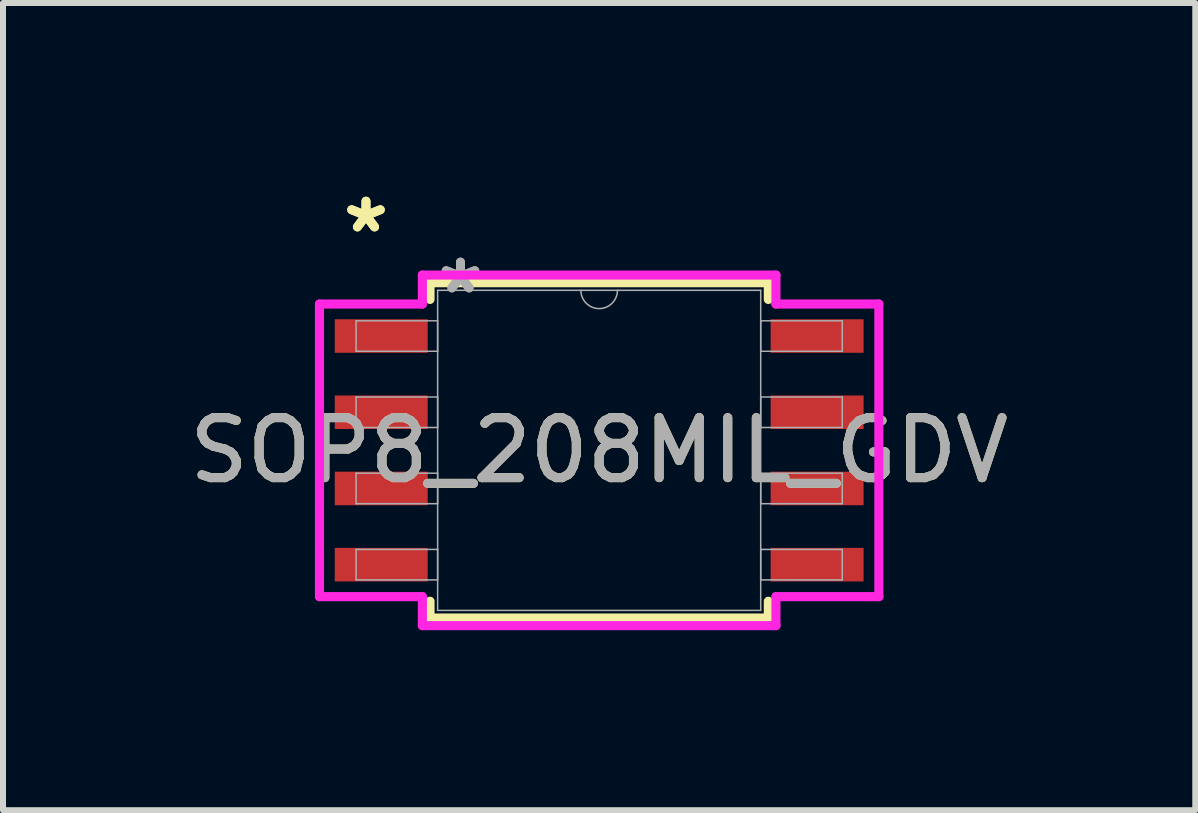
<source format=kicad_pcb>
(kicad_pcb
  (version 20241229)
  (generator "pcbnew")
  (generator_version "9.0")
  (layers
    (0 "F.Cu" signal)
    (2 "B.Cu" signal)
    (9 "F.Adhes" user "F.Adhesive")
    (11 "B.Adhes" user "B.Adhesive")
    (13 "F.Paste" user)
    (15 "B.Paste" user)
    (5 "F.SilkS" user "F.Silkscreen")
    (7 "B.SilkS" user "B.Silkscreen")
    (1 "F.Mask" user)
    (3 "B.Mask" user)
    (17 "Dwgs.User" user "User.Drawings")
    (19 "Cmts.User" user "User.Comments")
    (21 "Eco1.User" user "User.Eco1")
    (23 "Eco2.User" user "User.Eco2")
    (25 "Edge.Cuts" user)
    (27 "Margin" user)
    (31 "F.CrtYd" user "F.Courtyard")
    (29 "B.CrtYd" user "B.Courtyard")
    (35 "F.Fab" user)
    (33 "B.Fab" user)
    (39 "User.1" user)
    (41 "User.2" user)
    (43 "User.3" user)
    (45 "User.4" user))
  (footprint "SOP8_208MIL_GDV"
    (layer "F.Cu")
    (at 6.935 4.455)
    (property "Reference" "SOP8_208MIL_GDV" (at 0 0 0) (unlocked yes) (layer "F.SilkS") (effects (font (size 1 1) (thickness 0.15))))
    (attr smd)
    (fp_line (start -2.819 -2.794) (end -2.819 -2.515) (stroke (width 0.152) (type solid)) (layer "F.SilkS"))
    (fp_line (start -2.819 2.515) (end -2.819 2.794) (stroke (width 0.152) (type solid)) (layer "F.SilkS"))
    (fp_line (start -2.819 2.794) (end 2.819 2.794) (stroke (width 0.152) (type solid)) (layer "F.SilkS"))
    (fp_line (start 2.819 -2.794) (end -2.819 -2.794) (stroke (width 0.152) (type solid)) (layer "F.SilkS"))
    (fp_line (start 2.819 -2.515) (end 2.819 -2.794) (stroke (width 0.152) (type solid)) (layer "F.SilkS"))
    (fp_line (start 2.819 2.794) (end 2.819 2.515) (stroke (width 0.152) (type solid)) (layer "F.SilkS"))
    (fp_line (start -4.661 -2.438) (end -2.946 -2.438) (stroke (width 0.152) (type solid)) (layer "F.CrtYd"))
    (fp_line (start -4.661 2.438) (end -4.661 -2.438) (stroke (width 0.152) (type solid)) (layer "F.CrtYd"))
    (fp_line (start -4.661 2.438) (end -2.946 2.438) (stroke (width 0.152) (type solid)) (layer "F.CrtYd"))
    (fp_line (start -2.946 -2.921) (end 2.946 -2.921) (stroke (width 0.152) (type solid)) (layer "F.CrtYd"))
    (fp_line (start -2.946 -2.438) (end -2.946 -2.921) (stroke (width 0.152) (type solid)) (layer "F.CrtYd"))
    (fp_line (start -2.946 2.921) (end -2.946 2.438) (stroke (width 0.152) (type solid)) (layer "F.CrtYd"))
    (fp_line (start 2.946 -2.921) (end 2.946 -2.438) (stroke (width 0.152) (type solid)) (layer "F.CrtYd"))
    (fp_line (start 2.946 2.438) (end 2.946 2.921) (stroke (width 0.152) (type solid)) (layer "F.CrtYd"))
    (fp_line (start 2.946 2.921) (end -2.946 2.921) (stroke (width 0.152) (type solid)) (layer "F.CrtYd"))
    (fp_line (start 4.661 -2.438) (end 2.946 -2.438) (stroke (width 0.152) (type solid)) (layer "F.CrtYd"))
    (fp_line (start 4.661 -2.438) (end 4.661 2.438) (stroke (width 0.152) (type solid)) (layer "F.CrtYd"))
    (fp_line (start 4.661 2.438) (end 2.946 2.438) (stroke (width 0.152) (type solid)) (layer "F.CrtYd"))
    (fp_line (start -4.051 -2.159) (end -4.051 -1.651) (stroke (width 0.025) (type solid)) (layer "F.Fab"))
    (fp_line (start -4.051 -1.651) (end -2.692 -1.651) (stroke (width 0.025) (type solid)) (layer "F.Fab"))
    (fp_line (start -4.051 -0.889) (end -4.051 -0.381) (stroke (width 0.025) (type solid)) (layer "F.Fab"))
    (fp_line (start -4.051 -0.381) (end -2.692 -0.381) (stroke (width 0.025) (type solid)) (layer "F.Fab"))
    (fp_line (start -4.051 0.381) (end -4.051 0.889) (stroke (width 0.025) (type solid)) (layer "F.Fab"))
    (fp_line (start -4.051 0.889) (end -2.692 0.889) (stroke (width 0.025) (type solid)) (layer "F.Fab"))
    (fp_line (start -4.051 1.651) (end -4.051 2.159) (stroke (width 0.025) (type solid)) (layer "F.Fab"))
    (fp_line (start -4.051 2.159) (end -2.692 2.159) (stroke (width 0.025) (type solid)) (layer "F.Fab"))
    (fp_line (start -2.692 -2.667) (end -2.692 2.667) (stroke (width 0.025) (type solid)) (layer "F.Fab"))
    (fp_line (start -2.692 -2.159) (end -4.051 -2.159) (stroke (width 0.025) (type solid)) (layer "F.Fab"))
    (fp_line (start -2.692 -1.651) (end -2.692 -2.159) (stroke (width 0.025) (type solid)) (layer "F.Fab"))
    (fp_line (start -2.692 -0.889) (end -4.051 -0.889) (stroke (width 0.025) (type solid)) (layer "F.Fab"))
    (fp_line (start -2.692 -0.381) (end -2.692 -0.889) (stroke (width 0.025) (type solid)) (layer "F.Fab"))
    (fp_line (start -2.692 0.381) (end -4.051 0.381) (stroke (width 0.025) (type solid)) (layer "F.Fab"))
    (fp_line (start -2.692 0.889) (end -2.692 0.381) (stroke (width 0.025) (type solid)) (layer "F.Fab"))
    (fp_line (start -2.692 1.651) (end -4.051 1.651) (stroke (width 0.025) (type solid)) (layer "F.Fab"))
    (fp_line (start -2.692 2.159) (end -2.692 1.651) (stroke (width 0.025) (type solid)) (layer "F.Fab"))
    (fp_line (start -2.692 2.667) (end 2.692 2.667) (stroke (width 0.025) (type solid)) (layer "F.Fab"))
    (fp_line (start 2.692 -2.667) (end -2.692 -2.667) (stroke (width 0.025) (type solid)) (layer "F.Fab"))
    (fp_line (start 2.692 -2.159) (end 2.692 -1.651) (stroke (width 0.025) (type solid)) (layer "F.Fab"))
    (fp_line (start 2.692 -1.651) (end 4.051 -1.651) (stroke (width 0.025) (type solid)) (layer "F.Fab"))
    (fp_line (start 2.692 -0.889) (end 2.692 -0.381) (stroke (width 0.025) (type solid)) (layer "F.Fab"))
    (fp_line (start 2.692 -0.381) (end 4.051 -0.381) (stroke (width 0.025) (type solid)) (layer "F.Fab"))
    (fp_line (start 2.692 0.381) (end 2.692 0.889) (stroke (width 0.025) (type solid)) (layer "F.Fab"))
    (fp_line (start 2.692 0.889) (end 4.051 0.889) (stroke (width 0.025) (type solid)) (layer "F.Fab"))
    (fp_line (start 2.692 1.651) (end 2.692 2.159) (stroke (width 0.025) (type solid)) (layer "F.Fab"))
    (fp_line (start 2.692 2.159) (end 4.051 2.159) (stroke (width 0.025) (type solid)) (layer "F.Fab"))
    (fp_line (start 2.692 2.667) (end 2.692 -2.667) (stroke (width 0.025) (type solid)) (layer "F.Fab"))
    (fp_line (start 4.051 -2.159) (end 2.692 -2.159) (stroke (width 0.025) (type solid)) (layer "F.Fab"))
    (fp_line (start 4.051 -1.651) (end 4.051 -2.159) (stroke (width 0.025) (type solid)) (layer "F.Fab"))
    (fp_line (start 4.051 -0.889) (end 2.692 -0.889) (stroke (width 0.025) (type solid)) (layer "F.Fab"))
    (fp_line (start 4.051 -0.381) (end 4.051 -0.889) (stroke (width 0.025) (type solid)) (layer "F.Fab"))
    (fp_line (start 4.051 0.381) (end 2.692 0.381) (stroke (width 0.025) (type solid)) (layer "F.Fab"))
    (fp_line (start 4.051 0.889) (end 4.051 0.381) (stroke (width 0.025) (type solid)) (layer "F.Fab"))
    (fp_line (start 4.051 1.651) (end 2.692 1.651) (stroke (width 0.025) (type solid)) (layer "F.Fab"))
    (fp_line (start 4.051 2.159) (end 4.051 1.651) (stroke (width 0.025) (type solid)) (layer "F.Fab"))
    (fp_arc (start 0.3048 -2.667) (mid 0 -2.3622) (end -0.3048 -2.667) (stroke (width 0.0254) (type solid)) (layer "F.Fab"))
    (fp_text user "*" (at -3.886 -3.607 0) (layer "F.SilkS") (effects (font (size 1 1) (thickness 0.15))))
    (fp_text user "*" (at -3.886 -3.607 0) (unlocked yes) (layer "F.SilkS") (effects (font (size 1 1) (thickness 0.15))))
    (fp_text user "*" (at -2.311 -2.591 0) (layer "F.Fab") (effects (font (size 1 1) (thickness 0.15))))
    (fp_text user "*" (at -2.311 -2.591 0) (unlocked yes) (layer "F.Fab") (effects (font (size 1 1) (thickness 0.15))))
    (fp_text user "${REFERENCE}" (at 0 0 0) (unlocked yes) (layer "F.Fab") (effects (font (size 1 1) (thickness 0.15))))
    (pad "1" smd rect (at -3.632 -1.905) (size 1.549 0.559) (layers "F.Cu" "F.Mask" "F.Paste"))
    (pad "2" smd rect (at -3.632 -0.635) (size 1.549 0.559) (layers "F.Cu" "F.Mask" "F.Paste"))
    (pad "3" smd rect (at -3.632 0.635) (size 1.549 0.559) (layers "F.Cu" "F.Mask" "F.Paste"))
    (pad "4" smd rect (at -3.632 1.905) (size 1.549 0.559) (layers "F.Cu" "F.Mask" "F.Paste"))
    (pad "5" smd rect (at 3.632 1.905) (size 1.549 0.559) (layers "F.Cu" "F.Mask" "F.Paste"))
    (pad "6" smd rect (at 3.632 0.635) (size 1.549 0.559) (layers "F.Cu" "F.Mask" "F.Paste"))
    (pad "7" smd rect (at 3.632 -0.635) (size 1.549 0.559) (layers "F.Cu" "F.Mask" "F.Paste"))
    (pad "8" smd rect (at 3.632 -1.905) (size 1.549 0.559) (layers "F.Cu" "F.Mask" "F.Paste")))
  (gr_rect
    (start -3 -3)
    (end 16.869 10.452)
    (stroke (width 0.1) (type default))
    (fill no)
    (layer "Edge.Cuts")))
</source>
